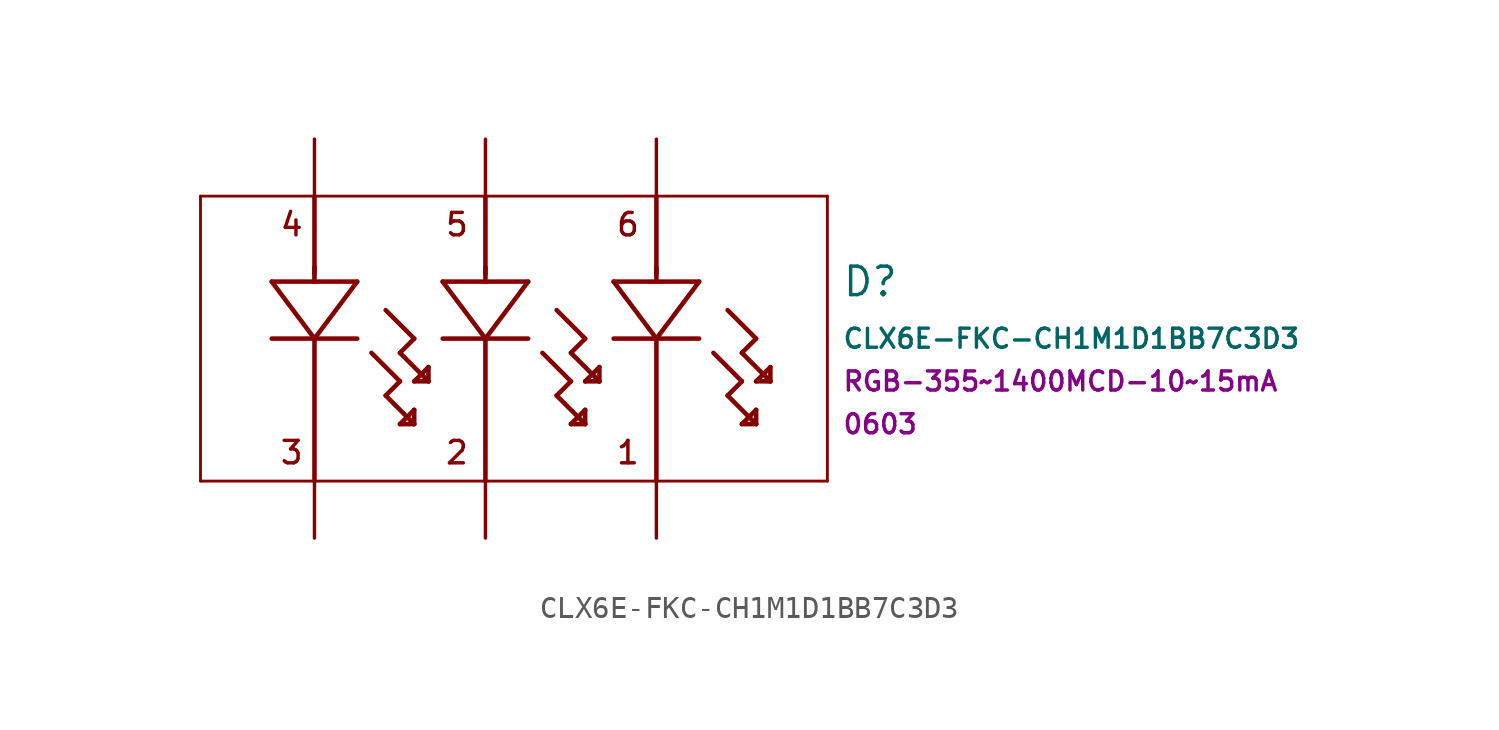
<source format=kicad_sym>
(kicad_symbol_lib
  (version 20211014)
  (generator kicad_symbol_editor)
  (symbol "CLX6E-FKC-CH1M1D1BB7C3D3"
    (pin_numbers hide)
    (pin_names hide)
    (property "Reference" "D"
      (at 23.495 -6.35 0)
      (effects (font (size 1.27 1.27)) (justify left)))
    (property "Value" "CLX6E-FKC-CH1M1D1BB7C3D3"
      (at 23.495 -8.89 0)
      (effects (font (size 0.85 0.85)) (justify left)))
    (property "Colour-Intensity-FWD Current" "RGB-355~1400MCD-10~15mA"
      (at 23.495 -10.795 0)
      (effects (font (size 0.85 0.85)) (justify left)))
    (property "Size" "0603"
      (at 23.495 -12.7 0)
      (effects (font (size 0.85 0.85)) (justify left)))
    (symbol "CLX6E-FKC-CH1M1D1BB7C3D3_0_0"
      (text "1" (at 13.97 -13.97 0) (effects (font (size 1 1))))
      (text "2" (at 6.35 -13.97 0) (effects (font (size 1 1))))
      (text "3" (at -1.016 -13.97 0) (effects (font (size 1 1))))
      (text "4" (at -1.016 -3.81 0) (effects (font (size 1 1))))
      (text "5" (at 6.35 -3.81 0) (effects (font (size 1 1))))
      (text "6" (at 13.97 -3.81 0) (effects (font (size 1 1)))))
    (symbol "CLX6E-FKC-CH1M1D1BB7C3D3_1_1"
      (polyline (pts (xy -5.08 -15.24) (xy -5.08 -2.54)) (stroke (width 0.127) (type default) (color 0 0 0 0)) (fill (type none)))
      (polyline (pts (xy -5.08 -2.54) (xy 22.86 -2.54)) (stroke (width 0.127) (type default) (color 0 0 0 0)) (fill (type none)))
      (polyline (pts (xy -1.905 -8.89) (xy 1.905 -8.89)) (stroke (width 0.203) (type default) (color 0 0 0 0)) (fill (type none)))
      (polyline (pts (xy -1.905 -6.35) (xy 0 -8.89)) (stroke (width 0.203) (type default) (color 0 0 0 0)) (fill (type none)))
      (polyline (pts (xy 0 -8.89) (xy 0 -15.24)) (stroke (width 0.203) (type default) (color 0 0 0 0)) (fill (type none)))
      (polyline (pts (xy 0 -8.89) (xy 1.905 -6.35)) (stroke (width 0.203) (type default) (color 0 0 0 0)) (fill (type none)))
      (polyline (pts (xy 0 -5.715) (xy 0 -6.35)) (stroke (width 0.203) (type default) (color 0 0 0 0)) (fill (type none)))
      (polyline (pts (xy 0 -2.54) (xy 0 -6.02)) (stroke (width 0.203) (type default) (color 0 0 0 0)) (fill (type none)))
      (polyline (pts (xy 1.905 -6.35) (xy -1.905 -6.35)) (stroke (width 0.203) (type default) (color 0 0 0 0)) (fill (type none)))
      (polyline (pts (xy 2.54 -9.525) (xy 3.81 -10.795)) (stroke (width 0.203) (type default) (color 0 0 0 0)) (fill (type none)))
      (polyline (pts (xy 3.175 -11.43) (xy 4.445 -12.7)) (stroke (width 0.203) (type default) (color 0 0 0 0)) (fill (type none)))
      (polyline (pts (xy 3.175 -7.62) (xy 4.445 -8.89)) (stroke (width 0.203) (type default) (color 0 0 0 0)) (fill (type none)))
      (polyline (pts (xy 3.81 -12.7) (xy 4.445 -12.7)) (stroke (width 0.203) (type default) (color 0 0 0 0)) (fill (type none)))
      (polyline (pts (xy 3.81 -10.795) (xy 3.175 -11.43)) (stroke (width 0.203) (type default) (color 0 0 0 0)) (fill (type none)))
      (polyline (pts (xy 3.81 -9.525) (xy 5.08 -10.795)) (stroke (width 0.203) (type default) (color 0 0 0 0)) (fill (type none)))
      (polyline (pts (xy 4.445 -12.7) (xy 4.445 -12.065)) (stroke (width 0.203) (type default) (color 0 0 0 0)) (fill (type none)))
      (polyline (pts (xy 4.445 -12.065) (xy 3.81 -12.7)) (stroke (width 0.203) (type default) (color 0 0 0 0)) (fill (type none)))
      (polyline (pts (xy 4.445 -10.795) (xy 5.08 -10.795)) (stroke (width 0.203) (type default) (color 0 0 0 0)) (fill (type none)))
      (polyline (pts (xy 4.445 -8.89) (xy 3.81 -9.525)) (stroke (width 0.203) (type default) (color 0 0 0 0)) (fill (type none)))
      (polyline (pts (xy 5.08 -10.795) (xy 5.08 -10.16)) (stroke (width 0.203) (type default) (color 0 0 0 0)) (fill (type none)))
      (polyline (pts (xy 5.08 -10.16) (xy 4.445 -10.795)) (stroke (width 0.203) (type default) (color 0 0 0 0)) (fill (type none)))
      (polyline (pts (xy 5.715 -8.89) (xy 9.525 -8.89)) (stroke (width 0.203) (type default) (color 0 0 0 0)) (fill (type none)))
      (polyline (pts (xy 5.715 -6.35) (xy 7.62 -8.89)) (stroke (width 0.203) (type default) (color 0 0 0 0)) (fill (type none)))
      (polyline (pts (xy 7.62 -8.89) (xy 7.62 -15.24)) (stroke (width 0.203) (type default) (color 0 0 0 0)) (fill (type none)))
      (polyline (pts (xy 7.62 -8.89) (xy 9.525 -6.35)) (stroke (width 0.203) (type default) (color 0 0 0 0)) (fill (type none)))
      (polyline (pts (xy 7.62 -5.715) (xy 7.62 -6.35)) (stroke (width 0.203) (type default) (color 0 0 0 0)) (fill (type none)))
      (polyline (pts (xy 7.62 -2.54) (xy 7.62 -6.02)) (stroke (width 0.203) (type default) (color 0 0 0 0)) (fill (type none)))
      (polyline (pts (xy 9.525 -6.35) (xy 5.715 -6.35)) (stroke (width 0.203) (type default) (color 0 0 0 0)) (fill (type none)))
      (polyline (pts (xy 10.16 -9.525) (xy 11.43 -10.795)) (stroke (width 0.203) (type default) (color 0 0 0 0)) (fill (type none)))
      (polyline (pts (xy 10.795 -11.43) (xy 12.065 -12.7)) (stroke (width 0.203) (type default) (color 0 0 0 0)) (fill (type none)))
      (polyline (pts (xy 10.795 -7.62) (xy 12.065 -8.89)) (stroke (width 0.203) (type default) (color 0 0 0 0)) (fill (type none)))
      (polyline (pts (xy 11.43 -12.7) (xy 12.065 -12.7)) (stroke (width 0.203) (type default) (color 0 0 0 0)) (fill (type none)))
      (polyline (pts (xy 11.43 -10.795) (xy 10.795 -11.43)) (stroke (width 0.203) (type default) (color 0 0 0 0)) (fill (type none)))
      (polyline (pts (xy 11.43 -9.525) (xy 12.7 -10.795)) (stroke (width 0.203) (type default) (color 0 0 0 0)) (fill (type none)))
      (polyline (pts (xy 12.065 -12.7) (xy 12.065 -12.065)) (stroke (width 0.203) (type default) (color 0 0 0 0)) (fill (type none)))
      (polyline (pts (xy 12.065 -12.065) (xy 11.43 -12.7)) (stroke (width 0.203) (type default) (color 0 0 0 0)) (fill (type none)))
      (polyline (pts (xy 12.065 -10.795) (xy 12.7 -10.795)) (stroke (width 0.203) (type default) (color 0 0 0 0)) (fill (type none)))
      (polyline (pts (xy 12.065 -8.89) (xy 11.43 -9.525)) (stroke (width 0.203) (type default) (color 0 0 0 0)) (fill (type none)))
      (polyline (pts (xy 12.7 -10.795) (xy 12.7 -10.16)) (stroke (width 0.203) (type default) (color 0 0 0 0)) (fill (type none)))
      (polyline (pts (xy 12.7 -10.16) (xy 12.065 -10.795)) (stroke (width 0.203) (type default) (color 0 0 0 0)) (fill (type none)))
      (polyline (pts (xy 13.335 -8.89) (xy 17.145 -8.89)) (stroke (width 0.203) (type default) (color 0 0 0 0)) (fill (type none)))
      (polyline (pts (xy 13.335 -6.35) (xy 15.24 -8.89)) (stroke (width 0.203) (type default) (color 0 0 0 0)) (fill (type none)))
      (polyline (pts (xy 15.24 -8.89) (xy 15.24 -15.24)) (stroke (width 0.203) (type default) (color 0 0 0 0)) (fill (type none)))
      (polyline (pts (xy 15.24 -8.89) (xy 17.145 -6.35)) (stroke (width 0.203) (type default) (color 0 0 0 0)) (fill (type none)))
      (polyline (pts (xy 15.24 -5.715) (xy 15.24 -6.35)) (stroke (width 0.203) (type default) (color 0 0 0 0)) (fill (type none)))
      (polyline (pts (xy 15.24 -2.54) (xy 15.24 -6.02)) (stroke (width 0.203) (type default) (color 0 0 0 0)) (fill (type none)))
      (polyline (pts (xy 17.145 -6.35) (xy 13.335 -6.35)) (stroke (width 0.203) (type default) (color 0 0 0 0)) (fill (type none)))
      (polyline (pts (xy 17.78 -9.525) (xy 19.05 -10.795)) (stroke (width 0.203) (type default) (color 0 0 0 0)) (fill (type none)))
      (polyline (pts (xy 18.415 -11.43) (xy 19.685 -12.7)) (stroke (width 0.203) (type default) (color 0 0 0 0)) (fill (type none)))
      (polyline (pts (xy 18.415 -7.62) (xy 19.685 -8.89)) (stroke (width 0.203) (type default) (color 0 0 0 0)) (fill (type none)))
      (polyline (pts (xy 19.05 -12.7) (xy 19.685 -12.7)) (stroke (width 0.203) (type default) (color 0 0 0 0)) (fill (type none)))
      (polyline (pts (xy 19.05 -10.795) (xy 18.415 -11.43)) (stroke (width 0.203) (type default) (color 0 0 0 0)) (fill (type none)))
      (polyline (pts (xy 19.05 -9.525) (xy 20.32 -10.795)) (stroke (width 0.203) (type default) (color 0 0 0 0)) (fill (type none)))
      (polyline (pts (xy 19.685 -12.7) (xy 19.685 -12.065)) (stroke (width 0.203) (type default) (color 0 0 0 0)) (fill (type none)))
      (polyline (pts (xy 19.685 -12.065) (xy 19.05 -12.7)) (stroke (width 0.203) (type default) (color 0 0 0 0)) (fill (type none)))
      (polyline (pts (xy 19.685 -10.795) (xy 20.32 -10.795)) (stroke (width 0.203) (type default) (color 0 0 0 0)) (fill (type none)))
      (polyline (pts (xy 19.685 -8.89) (xy 19.05 -9.525)) (stroke (width 0.203) (type default) (color 0 0 0 0)) (fill (type none)))
      (polyline (pts (xy 20.32 -10.795) (xy 20.32 -10.16)) (stroke (width 0.203) (type default) (color 0 0 0 0)) (fill (type none)))
      (polyline (pts (xy 20.32 -10.16) (xy 19.685 -10.795)) (stroke (width 0.203) (type default) (color 0 0 0 0)) (fill (type none)))
      (polyline (pts (xy 22.86 -15.24) (xy -5.08 -15.24)) (stroke (width 0.127) (type default) (color 0 0 0 0)) (fill (type none)))
      (polyline (pts (xy 22.86 -2.54) (xy 22.86 -15.24)) (stroke (width 0.127) (type default) (color 0 0 0 0)) (fill (type none)))
      (pin passive line (at 15.24 -17.78 90) (length 2.54) (name "1" (effects (font (size 1.27 1.27)))) (number "1" (effects (font (size 1.27 1.27)))))
      (pin passive line (at 7.62 -17.78 90) (length 2.54) (name "2" (effects (font (size 1.27 1.27)))) (number "2" (effects (font (size 1.27 1.27)))))
      (pin passive line (at 0 -17.78 90) (length 2.54) (name "3" (effects (font (size 1.27 1.27)))) (number "3" (effects (font (size 1.27 1.27)))))
      (pin passive line (at 0 0 270) (length 2.54) (name "4" (effects (font (size 1.499 1.499)))) (number "4" (effects (font (size 1.499 1.499)))))
      (pin passive line (at 7.62 0 270) (length 2.54) (name "5" (effects (font (size 1.27 1.27)))) (number "5" (effects (font (size 1.27 1.27)))))
      (pin passive line (at 15.24 0 270) (length 2.54) (name "6" (effects (font (size 1.27 1.27)))) (number "6" (effects (font (size 1.27 1.27))))))))
</source>
